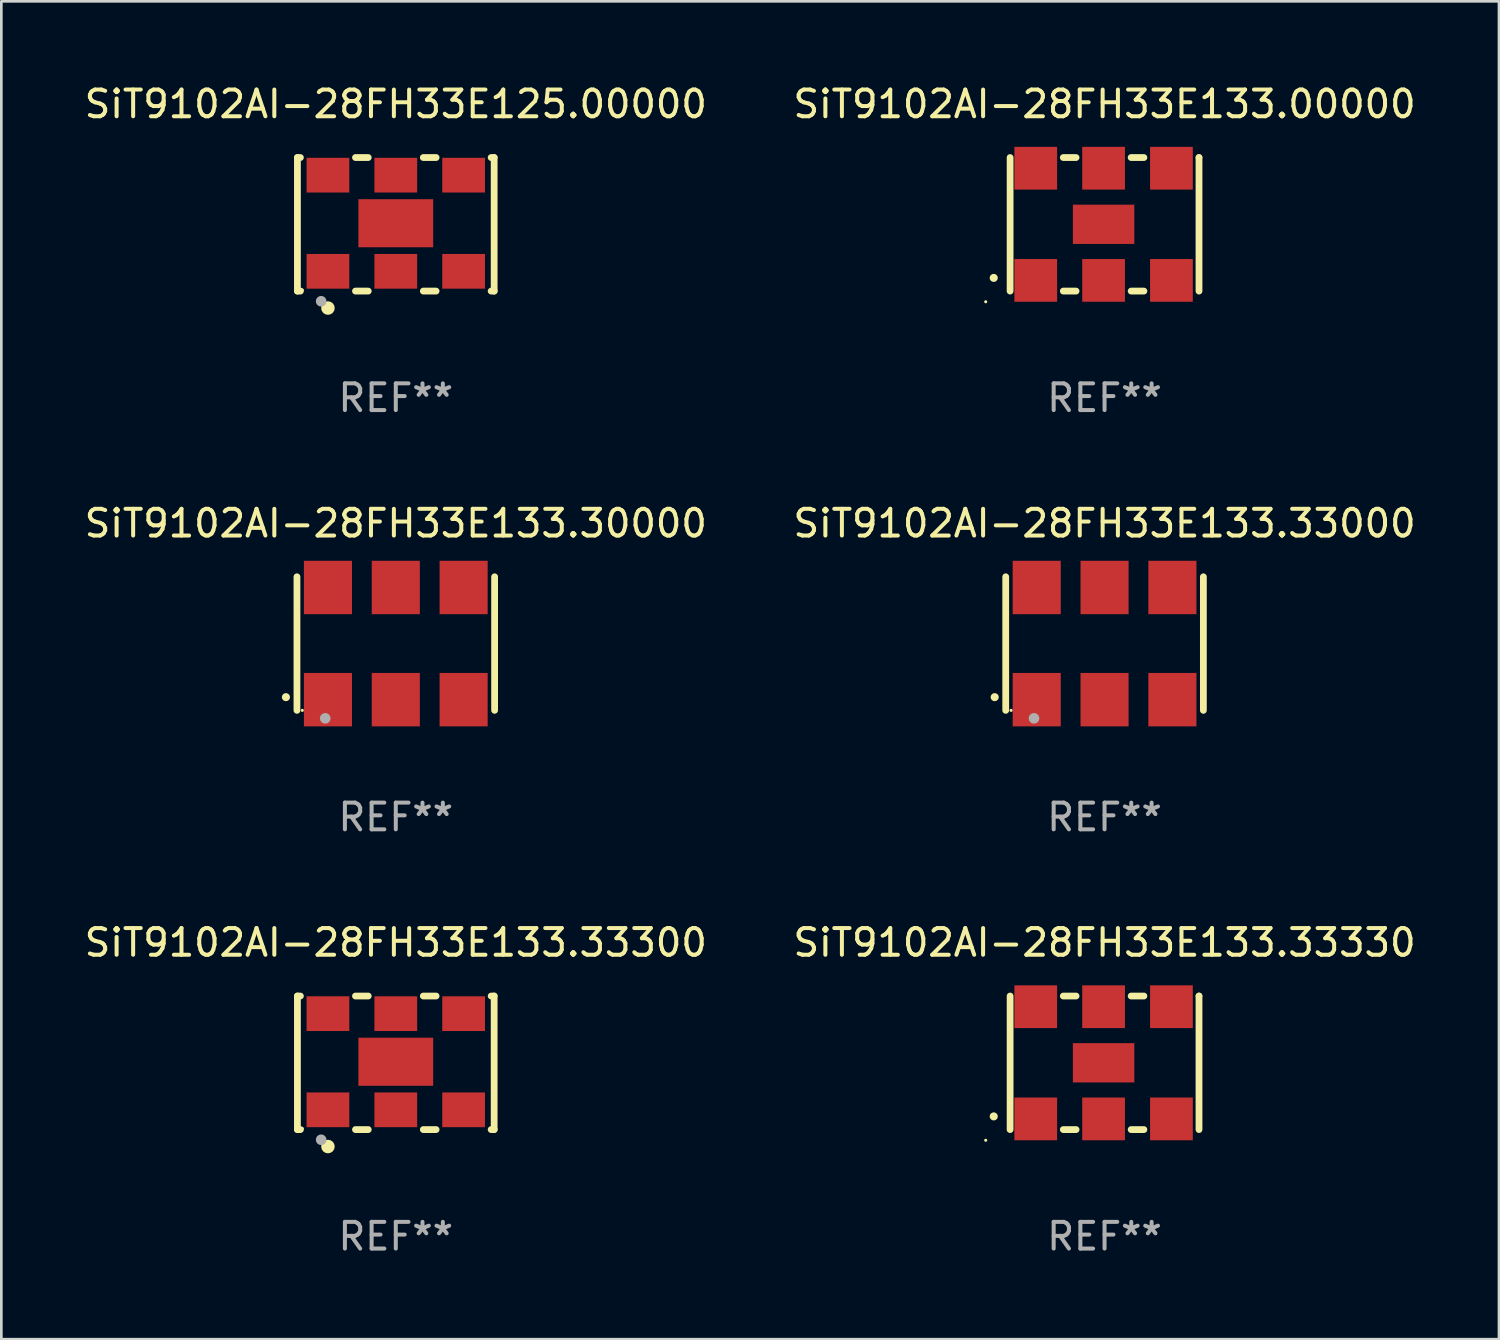
<source format=kicad_pcb>
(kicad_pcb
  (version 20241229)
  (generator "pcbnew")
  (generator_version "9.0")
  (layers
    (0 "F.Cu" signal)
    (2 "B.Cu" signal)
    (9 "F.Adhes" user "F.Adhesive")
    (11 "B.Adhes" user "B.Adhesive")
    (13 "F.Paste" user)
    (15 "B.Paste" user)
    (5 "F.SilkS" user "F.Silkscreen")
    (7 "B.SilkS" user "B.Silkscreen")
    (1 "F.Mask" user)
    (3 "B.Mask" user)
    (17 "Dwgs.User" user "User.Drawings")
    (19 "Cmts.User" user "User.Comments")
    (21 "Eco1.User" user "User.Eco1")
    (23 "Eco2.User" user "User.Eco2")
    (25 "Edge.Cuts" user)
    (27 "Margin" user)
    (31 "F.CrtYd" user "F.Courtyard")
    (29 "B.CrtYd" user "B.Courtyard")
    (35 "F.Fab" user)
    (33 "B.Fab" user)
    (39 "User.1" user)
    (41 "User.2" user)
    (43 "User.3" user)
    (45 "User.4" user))
  (footprint "SiT9102AI-28FH33E133.33000"
    (layer "F.Cu")
    (at 38.304 21.045)
    (property "Reference" "SiT9102AI-28FH33E133.33000" (at 0 -4.5 0) (layer "F.SilkS") (effects (font (size 1 1) (thickness 0.15))))
    (attr through_hole)
    (fp_line (start -3.7 -2.5) (end -3.7 2.5) (stroke (width 0.254) (type solid)) (layer "F.SilkS"))
    (fp_line (start 3.7 -2.5) (end 3.7 2.5) (stroke (width 0.254) (type solid)) (layer "F.SilkS"))
    (fp_arc (start -4.114415 2.006604) (mid -4.113145 2.006599) (end -4.111875 2.006604) (stroke (width 0.3) (type solid)) (layer "F.SilkS"))
    (fp_circle (center -3.5 2.501) (end -3.47 2.501) (stroke (width 0.06) (type solid)) (fill no) (layer "F.SilkS"))
    (fp_circle (center -2.641 2.799) (end -2.541 2.799) (stroke (width 0.2) (type solid)) (fill no) (layer "F.Fab"))
    (fp_text user "REF**" (at 0 6.5 0) (layer "F.Fab") (effects (font (size 1 1) (thickness 0.15))))
    (pad "1" smd rect (at -2.54 2.1) (size 1.8 2) (layers "F.Cu" "F.Mask" "F.Paste"))
    (pad "2" smd rect (at 0.000394 2.1) (size 1.8 2) (layers "F.Cu" "F.Mask" "F.Paste"))
    (pad "3" smd rect (at 2.54 2.1) (size 1.8 2) (layers "F.Cu" "F.Mask" "F.Paste"))
    (pad "4" smd rect (at 2.54 -2.1) (size 1.8 2) (layers "F.Cu" "F.Mask" "F.Paste"))
    (pad "5" smd rect (at 0.000394 -2.1) (size 1.8 2) (layers "F.Cu" "F.Mask" "F.Paste"))
    (pad "6" smd rect (at -2.54 -2.1) (size 1.8 2) (layers "F.Cu" "F.Mask" "F.Paste")))
  (footprint "SiT9102AI-28FH33E133.33300"
    (layer "F.Cu")
    (at 11.768 36.741)
    (property "Reference" "SiT9102AI-28FH33E133.33300" (at 0 -4.5 0) (layer "F.SilkS") (effects (font (size 1 1) (thickness 0.15))))
    (attr through_hole)
    (fp_line (start -3.683 -2.5) (end -3.571 -2.5) (stroke (width 0.254) (type solid)) (layer "F.SilkS"))
    (fp_line (start -3.683 2.5) (end -3.683 -2.5) (stroke (width 0.254) (type solid)) (layer "F.SilkS"))
    (fp_line (start -3.683 2.5) (end -3.571 2.5) (stroke (width 0.254) (type solid)) (layer "F.SilkS"))
    (fp_line (start -1.509 -2.5) (end -1.031 -2.5) (stroke (width 0.254) (type solid)) (layer "F.SilkS"))
    (fp_line (start -1.509 2.5) (end -1.031 2.5) (stroke (width 0.254) (type solid)) (layer "F.SilkS"))
    (fp_line (start 1.031 -2.5) (end 1.509 -2.5) (stroke (width 0.254) (type solid)) (layer "F.SilkS"))
    (fp_line (start 1.031 2.5) (end 1.509 2.5) (stroke (width 0.254) (type solid)) (layer "F.SilkS"))
    (fp_line (start 3.571 -2.5) (end 3.683 -2.5) (stroke (width 0.254) (type solid)) (layer "F.SilkS"))
    (fp_line (start 3.571 2.5) (end 3.683 2.5) (stroke (width 0.254) (type solid)) (layer "F.SilkS"))
    (fp_line (start 3.683 2.5) (end 3.683 -2.5) (stroke (width 0.254) (type solid)) (layer "F.SilkS"))
    (fp_circle (center -3.5 2.46) (end -3.47 2.46) (stroke (width 0.06) (type solid)) (fill no) (layer "F.SilkS"))
    (fp_circle (center -2.54 3.135) (end -2.413 3.135) (stroke (width 0.254) (type solid)) (fill no) (layer "F.SilkS"))
    (fp_circle (center -2.794 2.881) (end -2.694 2.881) (stroke (width 0.2) (type solid)) (fill no) (layer "F.Fab"))
    (fp_text user "REF**" (at 0 6.5 0) (layer "F.Fab") (effects (font (size 1 1) (thickness 0.15))))
    (pad "1" smd rect (at -2.54 1.76) (size 1.6 1.3) (layers "F.Cu" "F.Mask" "F.Paste"))
    (pad "2" smd rect (at 0 1.76) (size 1.6 1.3) (layers "F.Cu" "F.Mask" "F.Paste"))
    (pad "3" smd rect (at 2.54 1.76) (size 1.6 1.3) (layers "F.Cu" "F.Mask" "F.Paste"))
    (pad "4" smd rect (at 2.54 -1.84) (size 1.6 1.3) (layers "F.Cu" "F.Mask" "F.Paste"))
    (pad "5" smd rect (at 0 -1.84) (size 1.6 1.3) (layers "F.Cu" "F.Mask" "F.Paste"))
    (pad "6" smd rect (at -2.54 -1.84) (size 1.6 1.3) (layers "F.Cu" "F.Mask" "F.Paste"))
    (pad "7" smd rect (at 0 -0.04) (size 2.8 1.8) (layers "F.Cu" "F.Mask" "F.Paste")))
  (footprint "SiT9102AI-28FH33E133.33330"
    (layer "F.Cu")
    (at 38.304 36.741)
    (property "Reference" "SiT9102AI-28FH33E133.33330" (at 0 -4.5 0) (layer "F.SilkS") (effects (font (size 1 1) (thickness 0.15))))
    (attr through_hole)
    (fp_line (start -3.536 -2.5) (end -3.536 2.5) (stroke (width 0.254) (type solid)) (layer "F.SilkS"))
    (fp_line (start -1.544 2.5) (end -1.067 2.5) (stroke (width 0.254) (type solid)) (layer "F.SilkS"))
    (fp_line (start -1.067 -2.5) (end -1.544 -2.5) (stroke (width 0.254) (type solid)) (layer "F.SilkS"))
    (fp_line (start 0.996 2.5) (end 1.473 2.5) (stroke (width 0.254) (type solid)) (layer "F.SilkS"))
    (fp_line (start 1.473 -2.5) (end 0.996 -2.5) (stroke (width 0.254) (type solid)) (layer "F.SilkS"))
    (fp_line (start 3.536 -2.5) (end 3.536 -2.5) (stroke (width 0.254) (type solid)) (layer "F.SilkS"))
    (fp_line (start 3.536 2.5) (end 3.536 -2.5) (stroke (width 0.254) (type solid)) (layer "F.SilkS"))
    (fp_arc (start -4.150432 2.006604) (mid -4.149162 2.006599) (end -4.147892 2.006604) (stroke (width 0.3) (type solid)) (layer "F.SilkS"))
    (fp_circle (center -4.449 2.9) (end -4.419 2.9) (stroke (width 0.06) (type solid)) (fill no) (layer "F.SilkS"))
    (fp_text user "REF**" (at 0 6.5 0) (layer "F.Fab") (effects (font (size 1 1) (thickness 0.15))))
    (pad "1" smd rect (at -2.576 2.1) (size 1.6 1.6) (layers "F.Cu" "F.Mask" "F.Paste"))
    (pad "2" smd rect (at -0.036 2.1) (size 1.6 1.6) (layers "F.Cu" "F.Mask" "F.Paste"))
    (pad "3" smd rect (at 2.504 2.1) (size 1.6 1.6) (layers "F.Cu" "F.Mask" "F.Paste"))
    (pad "4" smd rect (at 2.504 -2.1) (size 1.6 1.6) (layers "F.Cu" "F.Mask" "F.Paste"))
    (pad "5" smd rect (at -0.036 -2.1) (size 1.6 1.6) (layers "F.Cu" "F.Mask" "F.Paste"))
    (pad "6" smd rect (at -2.576 -2.1) (size 1.6 1.6) (layers "F.Cu" "F.Mask" "F.Paste"))
    (pad "7" smd rect (at -0.036 0) (size 2.3 1.47) (layers "F.Cu" "F.Mask" "F.Paste")))
  (footprint "SiT9102AI-28FH33E125.00000"
    (layer "F.Cu")
    (at 11.768 5.348)
    (property "Reference" "SiT9102AI-28FH33E125.00000" (at 0 -4.5 0) (layer "F.SilkS") (effects (font (size 1 1) (thickness 0.15))))
    (attr through_hole)
    (fp_line (start -3.683 -2.5) (end -3.571 -2.5) (stroke (width 0.254) (type solid)) (layer "F.SilkS"))
    (fp_line (start -3.683 2.5) (end -3.683 -2.5) (stroke (width 0.254) (type solid)) (layer "F.SilkS"))
    (fp_line (start -3.683 2.5) (end -3.571 2.5) (stroke (width 0.254) (type solid)) (layer "F.SilkS"))
    (fp_line (start -1.509 -2.5) (end -1.031 -2.5) (stroke (width 0.254) (type solid)) (layer "F.SilkS"))
    (fp_line (start -1.509 2.5) (end -1.031 2.5) (stroke (width 0.254) (type solid)) (layer "F.SilkS"))
    (fp_line (start 1.031 -2.5) (end 1.509 -2.5) (stroke (width 0.254) (type solid)) (layer "F.SilkS"))
    (fp_line (start 1.031 2.5) (end 1.509 2.5) (stroke (width 0.254) (type solid)) (layer "F.SilkS"))
    (fp_line (start 3.571 -2.5) (end 3.683 -2.5) (stroke (width 0.254) (type solid)) (layer "F.SilkS"))
    (fp_line (start 3.571 2.5) (end 3.683 2.5) (stroke (width 0.254) (type solid)) (layer "F.SilkS"))
    (fp_line (start 3.683 2.5) (end 3.683 -2.5) (stroke (width 0.254) (type solid)) (layer "F.SilkS"))
    (fp_circle (center -3.5 2.46) (end -3.47 2.46) (stroke (width 0.06) (type solid)) (fill no) (layer "F.SilkS"))
    (fp_circle (center -2.54 3.135) (end -2.413 3.135) (stroke (width 0.254) (type solid)) (fill no) (layer "F.SilkS"))
    (fp_circle (center -2.794 2.881) (end -2.694 2.881) (stroke (width 0.2) (type solid)) (fill no) (layer "F.Fab"))
    (fp_text user "REF**" (at 0 6.5 0) (layer "F.Fab") (effects (font (size 1 1) (thickness 0.15))))
    (pad "1" smd rect (at -2.54 1.76) (size 1.6 1.3) (layers "F.Cu" "F.Mask" "F.Paste"))
    (pad "2" smd rect (at 0 1.76) (size 1.6 1.3) (layers "F.Cu" "F.Mask" "F.Paste"))
    (pad "3" smd rect (at 2.54 1.76) (size 1.6 1.3) (layers "F.Cu" "F.Mask" "F.Paste"))
    (pad "4" smd rect (at 2.54 -1.84) (size 1.6 1.3) (layers "F.Cu" "F.Mask" "F.Paste"))
    (pad "5" smd rect (at 0 -1.84) (size 1.6 1.3) (layers "F.Cu" "F.Mask" "F.Paste"))
    (pad "6" smd rect (at -2.54 -1.84) (size 1.6 1.3) (layers "F.Cu" "F.Mask" "F.Paste"))
    (pad "7" smd rect (at 0 -0.04) (size 2.8 1.8) (layers "F.Cu" "F.Mask" "F.Paste")))
  (footprint "SiT9102AI-28FH33E133.30000"
    (layer "F.Cu")
    (at 11.768 21.045)
    (property "Reference" "SiT9102AI-28FH33E133.30000" (at 0 -4.5 0) (layer "F.SilkS") (effects (font (size 1 1) (thickness 0.15))))
    (attr through_hole)
    (fp_line (start -3.7 -2.5) (end -3.7 2.5) (stroke (width 0.254) (type solid)) (layer "F.SilkS"))
    (fp_line (start 3.7 -2.5) (end 3.7 2.5) (stroke (width 0.254) (type solid)) (layer "F.SilkS"))
    (fp_arc (start -4.114415 2.006604) (mid -4.113145 2.006599) (end -4.111875 2.006604) (stroke (width 0.3) (type solid)) (layer "F.SilkS"))
    (fp_circle (center -3.5 2.501) (end -3.47 2.501) (stroke (width 0.06) (type solid)) (fill no) (layer "F.SilkS"))
    (fp_circle (center -2.641 2.799) (end -2.541 2.799) (stroke (width 0.2) (type solid)) (fill no) (layer "F.Fab"))
    (fp_text user "REF**" (at 0 6.5 0) (layer "F.Fab") (effects (font (size 1 1) (thickness 0.15))))
    (pad "1" smd rect (at -2.54 2.1) (size 1.8 2) (layers "F.Cu" "F.Mask" "F.Paste"))
    (pad "2" smd rect (at 0.000394 2.1) (size 1.8 2) (layers "F.Cu" "F.Mask" "F.Paste"))
    (pad "3" smd rect (at 2.54 2.1) (size 1.8 2) (layers "F.Cu" "F.Mask" "F.Paste"))
    (pad "4" smd rect (at 2.54 -2.1) (size 1.8 2) (layers "F.Cu" "F.Mask" "F.Paste"))
    (pad "5" smd rect (at 0.000394 -2.1) (size 1.8 2) (layers "F.Cu" "F.Mask" "F.Paste"))
    (pad "6" smd rect (at -2.54 -2.1) (size 1.8 2) (layers "F.Cu" "F.Mask" "F.Paste")))
  (footprint "SiT9102AI-28FH33E133.00000"
    (layer "F.Cu")
    (at 38.304 5.348)
    (property "Reference" "SiT9102AI-28FH33E133.00000" (at 0 -4.5 0) (layer "F.SilkS") (effects (font (size 1 1) (thickness 0.15))))
    (attr through_hole)
    (fp_line (start -3.536 -2.5) (end -3.536 2.5) (stroke (width 0.254) (type solid)) (layer "F.SilkS"))
    (fp_line (start -1.544 2.5) (end -1.067 2.5) (stroke (width 0.254) (type solid)) (layer "F.SilkS"))
    (fp_line (start -1.067 -2.5) (end -1.544 -2.5) (stroke (width 0.254) (type solid)) (layer "F.SilkS"))
    (fp_line (start 0.996 2.5) (end 1.473 2.5) (stroke (width 0.254) (type solid)) (layer "F.SilkS"))
    (fp_line (start 1.473 -2.5) (end 0.996 -2.5) (stroke (width 0.254) (type solid)) (layer "F.SilkS"))
    (fp_line (start 3.536 -2.5) (end 3.536 -2.5) (stroke (width 0.254) (type solid)) (layer "F.SilkS"))
    (fp_line (start 3.536 2.5) (end 3.536 -2.5) (stroke (width 0.254) (type solid)) (layer "F.SilkS"))
    (fp_arc (start -4.150432 2.006604) (mid -4.149162 2.006599) (end -4.147892 2.006604) (stroke (width 0.3) (type solid)) (layer "F.SilkS"))
    (fp_circle (center -4.449 2.9) (end -4.419 2.9) (stroke (width 0.06) (type solid)) (fill no) (layer "F.SilkS"))
    (fp_text user "REF**" (at 0 6.5 0) (layer "F.Fab") (effects (font (size 1 1) (thickness 0.15))))
    (pad "1" smd rect (at -2.576 2.1) (size 1.6 1.6) (layers "F.Cu" "F.Mask" "F.Paste"))
    (pad "2" smd rect (at -0.036 2.1) (size 1.6 1.6) (layers "F.Cu" "F.Mask" "F.Paste"))
    (pad "3" smd rect (at 2.504 2.1) (size 1.6 1.6) (layers "F.Cu" "F.Mask" "F.Paste"))
    (pad "4" smd rect (at 2.504 -2.1) (size 1.6 1.6) (layers "F.Cu" "F.Mask" "F.Paste"))
    (pad "5" smd rect (at -0.036 -2.1) (size 1.6 1.6) (layers "F.Cu" "F.Mask" "F.Paste"))
    (pad "6" smd rect (at -2.576 -2.1) (size 1.6 1.6) (layers "F.Cu" "F.Mask" "F.Paste"))
    (pad "7" smd rect (at -0.036 0) (size 2.3 1.47) (layers "F.Cu" "F.Mask" "F.Paste")))
  (gr_rect
    (start -3 -3)
    (end 53.071 47.09)
    (stroke (width 0.1) (type default))
    (fill no)
    (layer "Edge.Cuts")))
</source>
